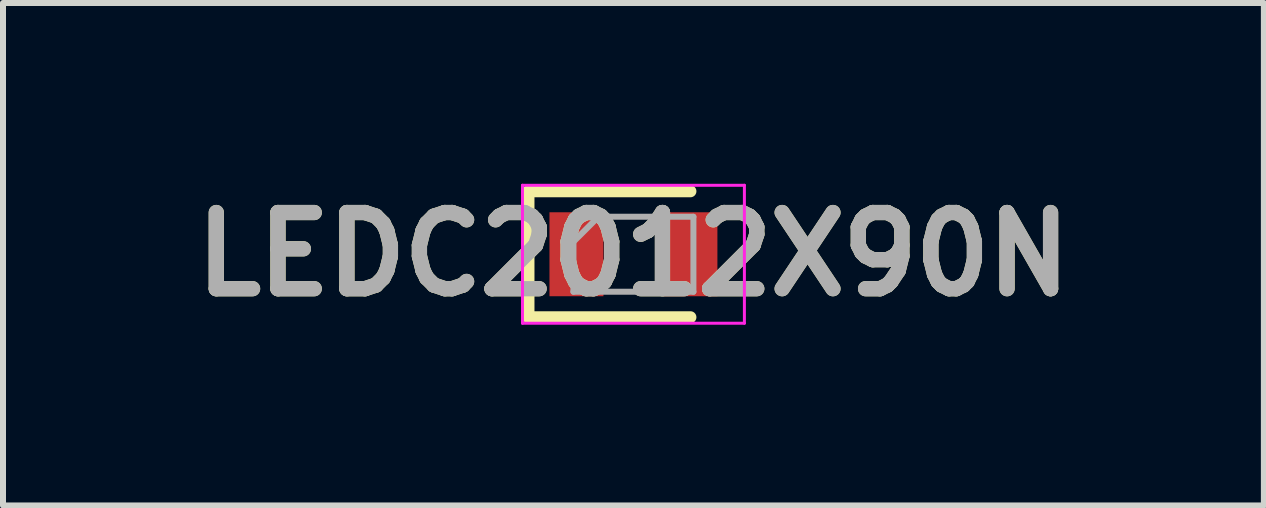
<source format=kicad_pcb>
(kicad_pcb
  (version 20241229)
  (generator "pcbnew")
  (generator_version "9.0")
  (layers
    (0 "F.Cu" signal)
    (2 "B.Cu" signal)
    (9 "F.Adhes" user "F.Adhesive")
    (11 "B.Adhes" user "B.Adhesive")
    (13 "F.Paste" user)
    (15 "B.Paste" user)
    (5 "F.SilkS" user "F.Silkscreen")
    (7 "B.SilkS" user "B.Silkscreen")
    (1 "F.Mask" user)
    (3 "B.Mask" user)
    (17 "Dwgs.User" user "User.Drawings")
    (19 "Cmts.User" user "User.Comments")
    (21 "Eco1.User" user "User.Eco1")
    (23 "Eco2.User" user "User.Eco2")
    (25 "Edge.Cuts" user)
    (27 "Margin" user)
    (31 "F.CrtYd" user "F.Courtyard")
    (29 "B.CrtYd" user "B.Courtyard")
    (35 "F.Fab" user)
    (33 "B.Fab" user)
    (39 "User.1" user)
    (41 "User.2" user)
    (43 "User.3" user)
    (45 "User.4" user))
  (footprint "LEDC2012X90N"
    (layer "F.Cu")
    (at 7.511 1.189)
    (property "Reference" "LEDC2012X90N" (at 0 0 0) (layer "F.SilkS") (effects (font (size 1.27 1.27) (thickness 0.254))))
    (attr smd)
    (fp_line (start -1.75 -1.05) (end -1.75 1.05) (stroke (width 0.2) (type solid)) (layer "F.SilkS"))
    (fp_line (start -1.75 1.05) (end 0.95 1.05) (stroke (width 0.2) (type solid)) (layer "F.SilkS"))
    (fp_line (start 0.95 -1.05) (end -1.75 -1.05) (stroke (width 0.2) (type solid)) (layer "F.SilkS"))
    (fp_line (start -1.85 -1.15) (end 1.85 -1.15) (stroke (width 0.05) (type solid)) (layer "F.CrtYd"))
    (fp_line (start -1.85 1.15) (end -1.85 -1.15) (stroke (width 0.05) (type solid)) (layer "F.CrtYd"))
    (fp_line (start 1.85 -1.15) (end 1.85 1.15) (stroke (width 0.05) (type solid)) (layer "F.CrtYd"))
    (fp_line (start 1.85 1.15) (end -1.85 1.15) (stroke (width 0.05) (type solid)) (layer "F.CrtYd"))
    (fp_line (start -1 -0.625) (end 1 -0.625) (stroke (width 0.1) (type solid)) (layer "F.Fab"))
    (fp_line (start -1 -0.208) (end -0.583 -0.625) (stroke (width 0.1) (type solid)) (layer "F.Fab"))
    (fp_line (start -1 0.625) (end -1 -0.625) (stroke (width 0.1) (type solid)) (layer "F.Fab"))
    (fp_line (start 1 -0.625) (end 1 0.625) (stroke (width 0.1) (type solid)) (layer "F.Fab"))
    (fp_line (start 1 0.625) (end -1 0.625) (stroke (width 0.1) (type solid)) (layer "F.Fab"))
    (fp_text user "${REFERENCE}" (at 0 0 0) (layer "F.Fab") (effects (font (size 1.27 1.27) (thickness 0.254))))
    (pad "1" smd rect (at -0.95 0) (size 0.9 1.4) (layers "F.Cu" "F.Mask" "F.Paste"))
    (pad "2" smd rect (at 0.95 0) (size 0.9 1.4) (layers "F.Cu" "F.Mask" "F.Paste")))
  (gr_rect
    (start -3 -3)
    (end 18.022 5.377)
    (stroke (width 0.1) (type default))
    (fill no)
    (layer "Edge.Cuts")))
</source>
